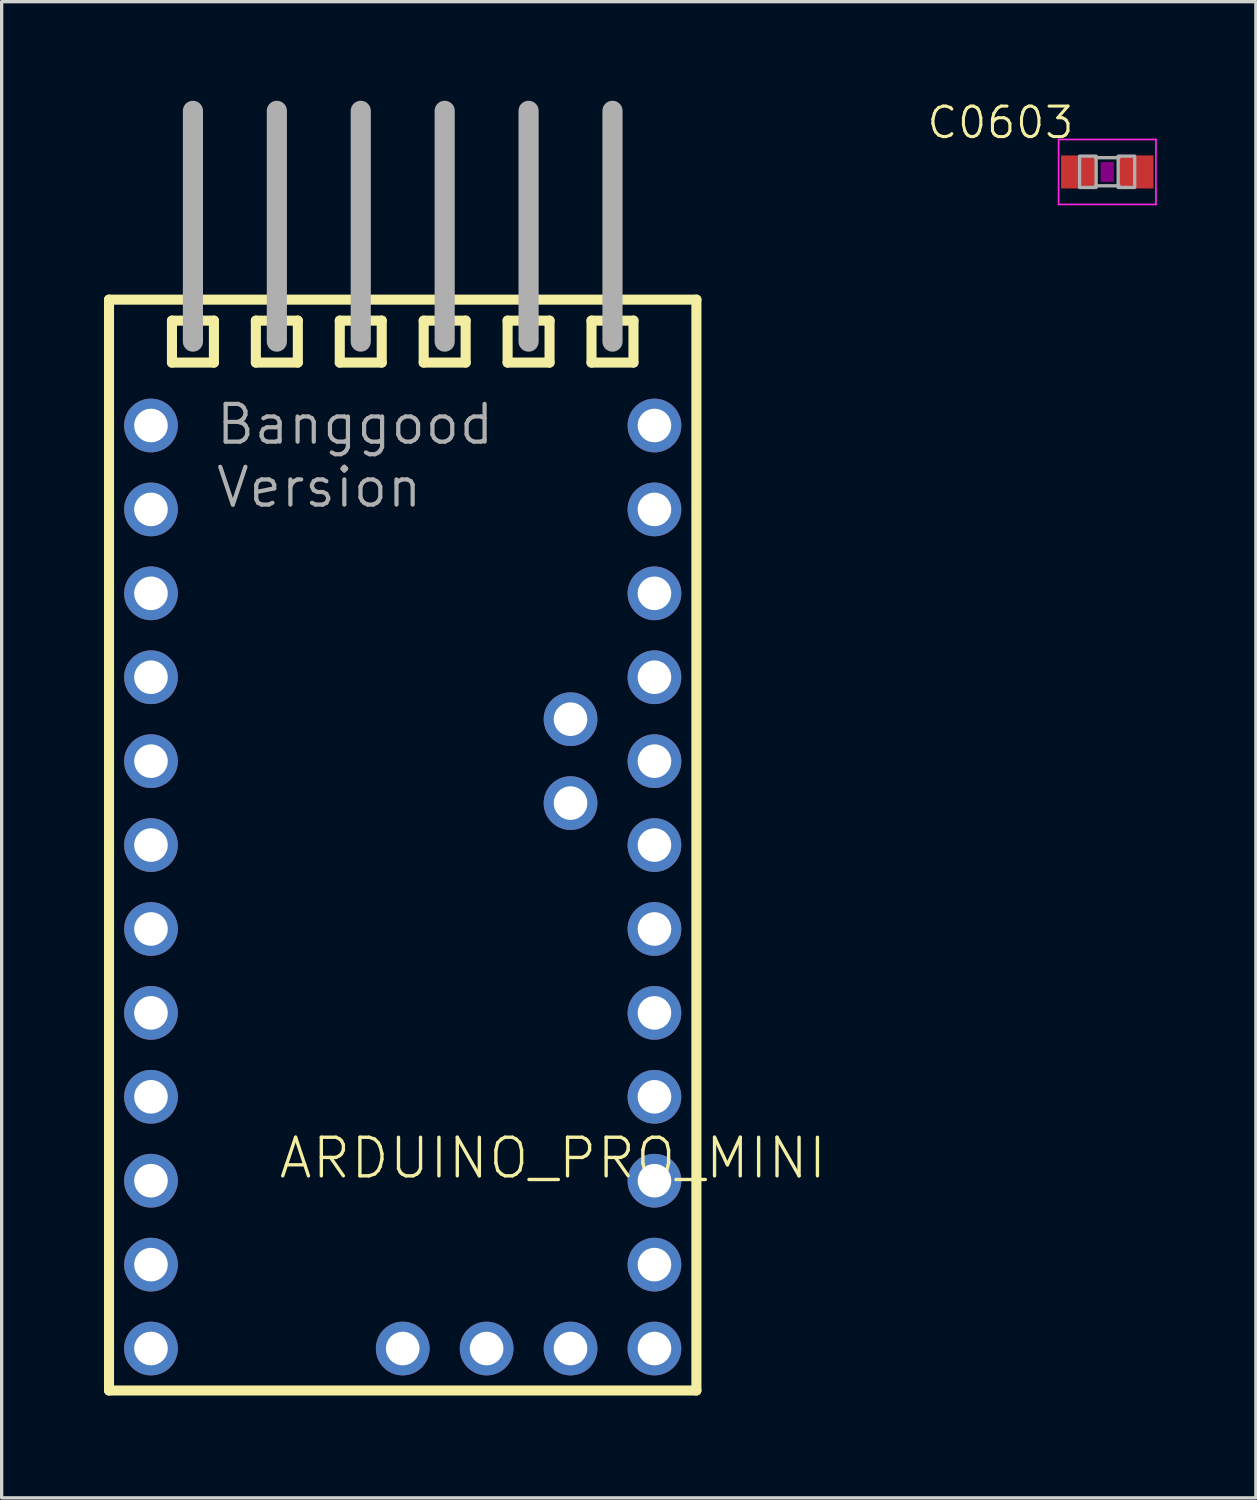
<source format=kicad_pcb>
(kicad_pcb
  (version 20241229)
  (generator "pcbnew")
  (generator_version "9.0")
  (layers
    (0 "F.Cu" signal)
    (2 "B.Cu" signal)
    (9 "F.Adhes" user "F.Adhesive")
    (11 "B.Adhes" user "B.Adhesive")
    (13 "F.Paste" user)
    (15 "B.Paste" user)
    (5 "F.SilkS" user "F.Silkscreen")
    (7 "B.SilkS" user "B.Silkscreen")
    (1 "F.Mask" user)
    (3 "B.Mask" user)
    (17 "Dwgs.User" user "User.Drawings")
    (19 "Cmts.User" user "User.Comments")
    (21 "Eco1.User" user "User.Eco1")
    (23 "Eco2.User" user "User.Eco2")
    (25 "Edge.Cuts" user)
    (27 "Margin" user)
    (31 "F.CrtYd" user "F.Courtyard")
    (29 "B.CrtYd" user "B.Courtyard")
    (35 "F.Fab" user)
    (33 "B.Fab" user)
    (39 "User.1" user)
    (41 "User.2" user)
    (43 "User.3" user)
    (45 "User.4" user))
  (footprint "ARDUINO_PRO_MINI"
    (layer "F.Cu")
    (at 0.25 39.04)
    (property "Reference" "ARDUINO_PRO_MINI" (at 5.08 -6.35 0) (layer "F.SilkS") (effects (font (size 1.168 1.168) (thickness 0.102)) (justify left bottom)))
    (attr through_hole)
    (fp_line (start 0 -33.02) (end 0 0) (stroke (width 0.305) (type solid)) (layer "F.SilkS"))
    (fp_line (start 0 0) (end 17.78 0) (stroke (width 0.305) (type solid)) (layer "F.SilkS"))
    (fp_line (start 1.905 -32.385) (end 1.905 -31.115) (stroke (width 0.305) (type solid)) (layer "F.SilkS"))
    (fp_line (start 1.905 -31.115) (end 3.175 -31.115) (stroke (width 0.305) (type solid)) (layer "F.SilkS"))
    (fp_line (start 3.175 -32.385) (end 1.905 -32.385) (stroke (width 0.305) (type solid)) (layer "F.SilkS"))
    (fp_line (start 3.175 -31.115) (end 3.175 -32.385) (stroke (width 0.305) (type solid)) (layer "F.SilkS"))
    (fp_line (start 4.445 -32.385) (end 4.445 -31.115) (stroke (width 0.305) (type solid)) (layer "F.SilkS"))
    (fp_line (start 4.445 -31.115) (end 5.715 -31.115) (stroke (width 0.305) (type solid)) (layer "F.SilkS"))
    (fp_line (start 5.715 -32.385) (end 4.445 -32.385) (stroke (width 0.305) (type solid)) (layer "F.SilkS"))
    (fp_line (start 5.715 -31.115) (end 5.715 -32.385) (stroke (width 0.305) (type solid)) (layer "F.SilkS"))
    (fp_line (start 6.985 -32.385) (end 6.985 -31.115) (stroke (width 0.305) (type solid)) (layer "F.SilkS"))
    (fp_line (start 6.985 -31.115) (end 8.255 -31.115) (stroke (width 0.305) (type solid)) (layer "F.SilkS"))
    (fp_line (start 8.255 -32.385) (end 6.985 -32.385) (stroke (width 0.305) (type solid)) (layer "F.SilkS"))
    (fp_line (start 8.255 -31.115) (end 8.255 -32.385) (stroke (width 0.305) (type solid)) (layer "F.SilkS"))
    (fp_line (start 9.525 -32.385) (end 9.525 -31.115) (stroke (width 0.305) (type solid)) (layer "F.SilkS"))
    (fp_line (start 9.525 -31.115) (end 10.795 -31.115) (stroke (width 0.305) (type solid)) (layer "F.SilkS"))
    (fp_line (start 10.795 -32.385) (end 9.525 -32.385) (stroke (width 0.305) (type solid)) (layer "F.SilkS"))
    (fp_line (start 10.795 -31.115) (end 10.795 -32.385) (stroke (width 0.305) (type solid)) (layer "F.SilkS"))
    (fp_line (start 12.065 -32.385) (end 12.065 -31.115) (stroke (width 0.305) (type solid)) (layer "F.SilkS"))
    (fp_line (start 12.065 -31.115) (end 13.335 -31.115) (stroke (width 0.305) (type solid)) (layer "F.SilkS"))
    (fp_line (start 13.335 -32.385) (end 12.065 -32.385) (stroke (width 0.305) (type solid)) (layer "F.SilkS"))
    (fp_line (start 13.335 -31.115) (end 13.335 -32.385) (stroke (width 0.305) (type solid)) (layer "F.SilkS"))
    (fp_line (start 14.605 -32.385) (end 14.605 -31.115) (stroke (width 0.305) (type solid)) (layer "F.SilkS"))
    (fp_line (start 14.605 -31.115) (end 15.875 -31.115) (stroke (width 0.305) (type solid)) (layer "F.SilkS"))
    (fp_line (start 15.875 -32.385) (end 14.605 -32.385) (stroke (width 0.305) (type solid)) (layer "F.SilkS"))
    (fp_line (start 15.875 -31.115) (end 15.875 -32.385) (stroke (width 0.305) (type solid)) (layer "F.SilkS"))
    (fp_line (start 17.78 -33.02) (end 0 -33.02) (stroke (width 0.305) (type solid)) (layer "F.SilkS"))
    (fp_line (start 17.78 0) (end 17.78 -33.02) (stroke (width 0.305) (type solid)) (layer "F.SilkS"))
    (fp_line (start 2.54 -31.75) (end 2.54 -38.735) (stroke (width 0.61) (type solid)) (layer "F.Fab"))
    (fp_line (start 5.08 -38.735) (end 5.08 -31.75) (stroke (width 0.61) (type solid)) (layer "F.Fab"))
    (fp_line (start 7.62 -38.735) (end 7.62 -31.75) (stroke (width 0.61) (type solid)) (layer "F.Fab"))
    (fp_line (start 10.16 -38.735) (end 10.16 -31.75) (stroke (width 0.61) (type solid)) (layer "F.Fab"))
    (fp_line (start 12.7 -38.735) (end 12.7 -31.75) (stroke (width 0.61) (type solid)) (layer "F.Fab"))
    (fp_line (start 15.24 -38.735) (end 15.24 -31.75) (stroke (width 0.61) (type solid)) (layer "F.Fab"))
    (fp_text user "Banggood" (at 3.175 -28.575 0) (layer "F.Fab") (effects (font (size 1.143 1.143) (thickness 0.127)) (justify left bottom)))
    (fp_text user "Version" (at 3.175 -26.67 0) (layer "F.Fab") (effects (font (size 1.143 1.143) (thickness 0.127)) (justify left bottom)))
    (pad "2" thru_hole circle (at 1.27 -19.05) (size 1.626 1.626) (drill 1.016) (layers "*.Cu" "*.Mask"))
    (pad "3" thru_hole circle (at 1.27 -16.51) (size 1.626 1.626) (drill 1.016) (layers "*.Cu" "*.Mask"))
    (pad "4" thru_hole circle (at 1.27 -13.97) (size 1.626 1.626) (drill 1.016) (layers "*.Cu" "*.Mask"))
    (pad "5" thru_hole circle (at 1.27 -11.43) (size 1.626 1.626) (drill 1.016) (layers "*.Cu" "*.Mask"))
    (pad "6" thru_hole circle (at 1.27 -8.89) (size 1.626 1.626) (drill 1.016) (layers "*.Cu" "*.Mask"))
    (pad "7" thru_hole circle (at 1.27 -6.35) (size 1.626 1.626) (drill 1.016) (layers "*.Cu" "*.Mask"))
    (pad "8" thru_hole circle (at 1.27 -3.81) (size 1.626 1.626) (drill 1.016) (layers "*.Cu" "*.Mask"))
    (pad "9" thru_hole circle (at 1.27 -1.27) (size 1.626 1.626) (drill 1.016) (layers "*.Cu" "*.Mask"))
    (pad "10" thru_hole circle (at 16.51 -1.27) (size 1.626 1.626) (drill 1.016) (layers "*.Cu" "*.Mask"))
    (pad "11" thru_hole circle (at 16.51 -3.81) (size 1.626 1.626) (drill 1.016) (layers "*.Cu" "*.Mask"))
    (pad "12" thru_hole circle (at 16.51 -6.35) (size 1.626 1.626) (drill 1.016) (layers "*.Cu" "*.Mask"))
    (pad "13" thru_hole circle (at 16.51 -8.89) (size 1.626 1.626) (drill 1.016) (layers "*.Cu" "*.Mask"))
    (pad "A0" thru_hole circle (at 16.51 -11.43) (size 1.626 1.626) (drill 1.016) (layers "*.Cu" "*.Mask"))
    (pad "A1" thru_hole circle (at 16.51 -13.97) (size 1.626 1.626) (drill 1.016) (layers "*.Cu" "*.Mask"))
    (pad "A2" thru_hole circle (at 16.51 -16.51) (size 1.626 1.626) (drill 1.016) (layers "*.Cu" "*.Mask"))
    (pad "A3" thru_hole circle (at 16.51 -19.05) (size 1.626 1.626) (drill 1.016) (layers "*.Cu" "*.Mask"))
    (pad "A4" thru_hole circle (at 13.97 -17.78) (size 1.626 1.626) (drill 1.016) (layers "*.Cu" "*.Mask"))
    (pad "A5" thru_hole circle (at 13.97 -20.32) (size 1.626 1.626) (drill 1.016) (layers "*.Cu" "*.Mask"))
    (pad "A6" thru_hole circle (at 11.43 -1.27) (size 1.626 1.626) (drill 1.016) (layers "*.Cu" "*.Mask"))
    (pad "A7" thru_hole circle (at 13.97 -1.27) (size 1.626 1.626) (drill 1.016) (layers "*.Cu" "*.Mask"))
    (pad "GN2" thru_hole circle (at 16.51 -26.67) (size 1.626 1.626) (drill 1.016) (layers "*.Cu" "*.Mask"))
    (pad "GND" thru_hole circle (at 1.27 -21.59) (size 1.626 1.626) (drill 1.016) (layers "*.Cu" "*.Mask"))
    (pad "GND3" thru_hole circle (at 8.89 -1.27) (size 1.626 1.626) (drill 1.016) (layers "*.Cu" "*.Mask"))
    (pad "RAW" thru_hole circle (at 16.51 -29.21) (size 1.626 1.626) (drill 1.016) (layers "*.Cu" "*.Mask"))
    (pad "RST" thru_hole circle (at 1.27 -24.13) (size 1.626 1.626) (drill 1.016) (layers "*.Cu" "*.Mask"))
    (pad "RST2" thru_hole circle (at 16.51 -24.13) (size 1.626 1.626) (drill 1.016) (layers "*.Cu" "*.Mask"))
    (pad "RXI" thru_hole circle (at 1.27 -26.67) (size 1.626 1.626) (drill 1.016) (layers "*.Cu" "*.Mask"))
    (pad "TXD" thru_hole circle (at 1.27 -29.21) (size 1.626 1.626) (drill 1.016) (layers "*.Cu" "*.Mask"))
    (pad "VCC" thru_hole circle (at 16.51 -21.59) (size 1.626 1.626) (drill 1.016) (layers "*.Cu" "*.Mask")))
  (footprint "C0603"
    (layer "F.Cu")
    (at 30.467 2.155)
    (property "Reference" "C0603" (at -0.953 -0.953 0) (layer "F.SilkS") (effects (font (size 0.923 0.923) (thickness 0.093)) (justify right bottom)))
    (attr through_hole)
    (fp_poly (pts (xy -0.2 0.3) (xy 0.2 0.3) (xy 0.2 -0.3) (xy -0.2 -0.3)) (stroke (width 0) (type solid)) (fill yes) (layer "F.Adhes"))
    (fp_line (start -1.473 -0.983) (end 1.473 -0.983) (stroke (width 0.051) (type solid)) (layer "F.CrtYd"))
    (fp_line (start -1.473 0.983) (end -1.473 -0.983) (stroke (width 0.051) (type solid)) (layer "F.CrtYd"))
    (fp_line (start 1.473 -0.983) (end 1.473 0.983) (stroke (width 0.051) (type solid)) (layer "F.CrtYd"))
    (fp_line (start 1.473 0.983) (end -1.473 0.983) (stroke (width 0.051) (type solid)) (layer "F.CrtYd"))
    (fp_line (start -0.356 -0.432) (end 0.356 -0.432) (stroke (width 0.102) (type solid)) (layer "F.Fab"))
    (fp_line (start -0.356 0.419) (end 0.356 0.419) (stroke (width 0.102) (type solid)) (layer "F.Fab"))
    (fp_poly (pts (xy -0.838 0.47) (xy -0.338 0.47) (xy -0.338 -0.48) (xy -0.838 -0.48)) (stroke (width 0.1) (type solid)) (fill no) (layer "F.Fab"))
    (fp_poly (pts (xy 0.33 0.47) (xy 0.83 0.47) (xy 0.83 -0.48) (xy 0.33 -0.48)) (stroke (width 0.1) (type solid)) (fill no) (layer "F.Fab"))
    (pad "1" smd rect (at -0.85 0 180) (size 1.1 1) (layers "F.Cu" "F.Mask" "F.Paste"))
    (pad "2" smd rect (at 0.85 0 180) (size 1.1 1) (layers "F.Cu" "F.Mask" "F.Paste")))
  (gr_rect
    (start -3 -3)
    (end 34.965 42.29)
    (stroke (width 0.1) (type default))
    (fill no)
    (layer "Edge.Cuts")))
</source>
